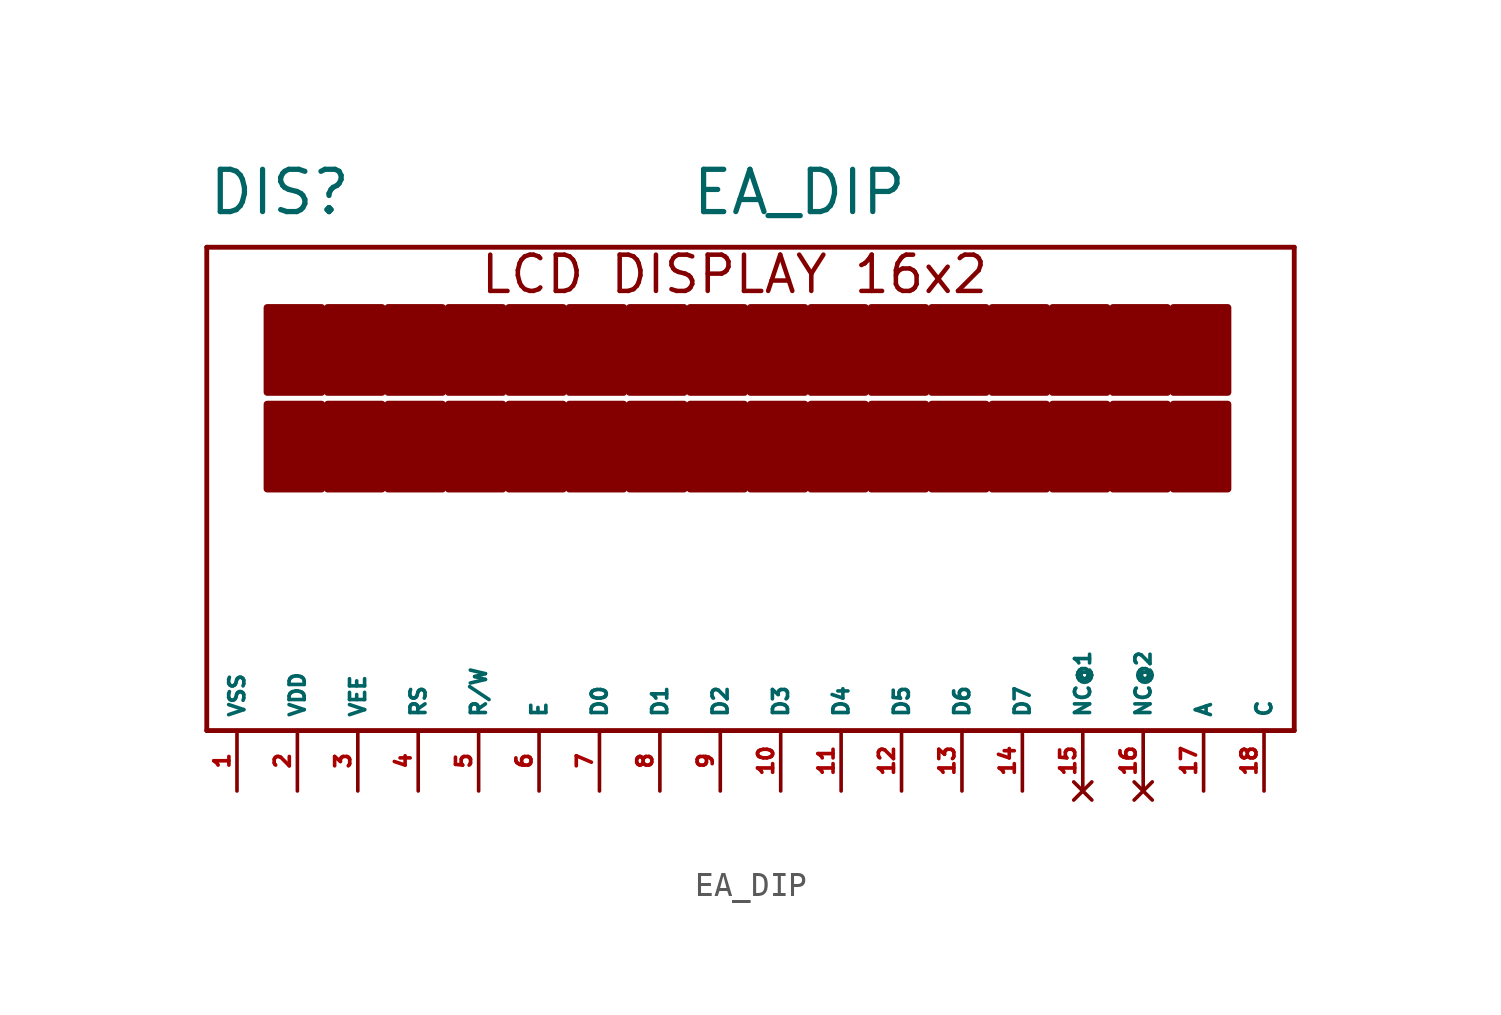
<source format=kicad_sym>
(kicad_symbol_lib
  (version 20220914)
  (generator Eagle2Kicad)
  (symbol "EA_DIP"
    (property "Reference" "DIS"
      (at -21.59 13.97 0)
      (effects (font (size 1.778 1.778) (thickness 0.22)) (justify left bottom)))
    (property "Value" "EA_DIP"
      (at -1.27 13.97 0)
      (effects (font (size 1.778 1.778) (thickness 0.22)) (justify left bottom)))
    (polyline
      (pts (xy -21.59 -7.62) (xy 24.13 -7.62))
      (stroke (width 0.203) (type default))
      (fill (type none)))
    (polyline
      (pts (xy 24.13 -7.62) (xy 24.13 12.7))
      (stroke (width 0.203) (type default))
      (fill (type none)))
    (polyline
      (pts (xy 24.13 12.7) (xy -21.59 12.7))
      (stroke (width 0.203) (type default))
      (fill (type none)))
    (polyline
      (pts (xy -21.59 12.7) (xy -21.59 -7.62))
      (stroke (width 0.203) (type default))
      (fill (type none)))
    (text "LCD DISPLAY 16x2"
      (at -10.16 10.668 0)
      (effects (font (size 1.524 1.524) (thickness 0.19)) (justify left bottom)))
    (rectangle
      (start -19.05 6.604)
      (end -16.764 10.16)
      (stroke (width 0.3) (type default))
      (fill (type outline)))
    (rectangle
      (start -19.05 2.54)
      (end -16.764 6.096)
      (stroke (width 0.3) (type default))
      (fill (type outline)))
    (rectangle
      (start -16.51 6.604)
      (end -14.224 10.16)
      (stroke (width 0.3) (type default))
      (fill (type outline)))
    (rectangle
      (start -16.51 2.54)
      (end -14.224 6.096)
      (stroke (width 0.3) (type default))
      (fill (type outline)))
    (rectangle
      (start -13.97 6.604)
      (end -11.684 10.16)
      (stroke (width 0.3) (type default))
      (fill (type outline)))
    (rectangle
      (start -13.97 2.54)
      (end -11.684 6.096)
      (stroke (width 0.3) (type default))
      (fill (type outline)))
    (rectangle
      (start -11.43 6.604)
      (end -9.144 10.16)
      (stroke (width 0.3) (type default))
      (fill (type outline)))
    (rectangle
      (start -11.43 2.54)
      (end -9.144 6.096)
      (stroke (width 0.3) (type default))
      (fill (type outline)))
    (rectangle
      (start -8.89 6.604)
      (end -6.604 10.16)
      (stroke (width 0.3) (type default))
      (fill (type outline)))
    (rectangle
      (start -8.89 2.54)
      (end -6.604 6.096)
      (stroke (width 0.3) (type default))
      (fill (type outline)))
    (rectangle
      (start -6.35 6.604)
      (end -4.064 10.16)
      (stroke (width 0.3) (type default))
      (fill (type outline)))
    (rectangle
      (start -6.35 2.54)
      (end -4.064 6.096)
      (stroke (width 0.3) (type default))
      (fill (type outline)))
    (rectangle
      (start -3.81 6.604)
      (end -1.524 10.16)
      (stroke (width 0.3) (type default))
      (fill (type outline)))
    (rectangle
      (start -3.81 2.54)
      (end -1.524 6.096)
      (stroke (width 0.3) (type default))
      (fill (type outline)))
    (rectangle
      (start -1.27 6.604)
      (end 1.016 10.16)
      (stroke (width 0.3) (type default))
      (fill (type outline)))
    (rectangle
      (start -1.27 2.54)
      (end 1.016 6.096)
      (stroke (width 0.3) (type default))
      (fill (type outline)))
    (rectangle
      (start 1.27 6.604)
      (end 3.556 10.16)
      (stroke (width 0.3) (type default))
      (fill (type outline)))
    (rectangle
      (start 1.27 2.54)
      (end 3.556 6.096)
      (stroke (width 0.3) (type default))
      (fill (type outline)))
    (rectangle
      (start 3.81 6.604)
      (end 6.096 10.16)
      (stroke (width 0.3) (type default))
      (fill (type outline)))
    (rectangle
      (start 3.81 2.54)
      (end 6.096 6.096)
      (stroke (width 0.3) (type default))
      (fill (type outline)))
    (rectangle
      (start 6.35 6.604)
      (end 8.636 10.16)
      (stroke (width 0.3) (type default))
      (fill (type outline)))
    (rectangle
      (start 6.35 2.54)
      (end 8.636 6.096)
      (stroke (width 0.3) (type default))
      (fill (type outline)))
    (rectangle
      (start 8.89 6.604)
      (end 11.176 10.16)
      (stroke (width 0.3) (type default))
      (fill (type outline)))
    (rectangle
      (start 8.89 2.54)
      (end 11.176 6.096)
      (stroke (width 0.3) (type default))
      (fill (type outline)))
    (rectangle
      (start 11.43 6.604)
      (end 13.716 10.16)
      (stroke (width 0.3) (type default))
      (fill (type outline)))
    (rectangle
      (start 11.43 2.54)
      (end 13.716 6.096)
      (stroke (width 0.3) (type default))
      (fill (type outline)))
    (rectangle
      (start 13.97 6.604)
      (end 16.256 10.16)
      (stroke (width 0.3) (type default))
      (fill (type outline)))
    (rectangle
      (start 13.97 2.54)
      (end 16.256 6.096)
      (stroke (width 0.3) (type default))
      (fill (type outline)))
    (rectangle
      (start 16.51 6.604)
      (end 18.796 10.16)
      (stroke (width 0.3) (type default))
      (fill (type outline)))
    (rectangle
      (start 16.51 2.54)
      (end 18.796 6.096)
      (stroke (width 0.3) (type default))
      (fill (type outline)))
    (rectangle
      (start 19.05 6.604)
      (end 21.336 10.16)
      (stroke (width 0.3) (type default))
      (fill (type outline)))
    (rectangle
      (start 19.05 2.54)
      (end 21.336 6.096)
      (stroke (width 0.3) (type default))
      (fill (type outline)))
    (pin unspecified line
      (at -20.32 -10.16 90)
      (length 2.54)
      (name "VSS" (effects (font (size 0.635 0.635) (thickness 0.08)) (justify left bottom)))
      (number "1" (effects (font (size 0.635 0.635) (thickness 0.08)) (justify left bottom))))
    (pin unspecified line
      (at -17.78 -10.16 90)
      (length 2.54)
      (name "VDD" (effects (font (size 0.635 0.635) (thickness 0.08)) (justify left bottom)))
      (number "2" (effects (font (size 0.635 0.635) (thickness 0.08)) (justify left bottom))))
    (pin input line
      (at -12.7 -10.16 90)
      (length 2.54)
      (name "RS" (effects (font (size 0.635 0.635) (thickness 0.08)) (justify left bottom)))
      (number "4" (effects (font (size 0.635 0.635) (thickness 0.08)) (justify left bottom))))
    (pin input line
      (at -10.16 -10.16 90)
      (length 2.54)
      (name "R/W" (effects (font (size 0.635 0.635) (thickness 0.08)) (justify left bottom)))
      (number "5" (effects (font (size 0.635 0.635) (thickness 0.08)) (justify left bottom))))
    (pin input line
      (at -7.62 -10.16 90)
      (length 2.54)
      (name "E" (effects (font (size 0.635 0.635) (thickness 0.08)) (justify left bottom)))
      (number "6" (effects (font (size 0.635 0.635) (thickness 0.08)) (justify left bottom))))
    (pin input line
      (at -5.08 -10.16 90)
      (length 2.54)
      (name "D0" (effects (font (size 0.635 0.635) (thickness 0.08)) (justify left bottom)))
      (number "7" (effects (font (size 0.635 0.635) (thickness 0.08)) (justify left bottom))))
    (pin input line
      (at -2.54 -10.16 90)
      (length 2.54)
      (name "D1" (effects (font (size 0.635 0.635) (thickness 0.08)) (justify left bottom)))
      (number "8" (effects (font (size 0.635 0.635) (thickness 0.08)) (justify left bottom))))
    (pin input line
      (at 0 -10.16 90)
      (length 2.54)
      (name "D2" (effects (font (size 0.635 0.635) (thickness 0.08)) (justify left bottom)))
      (number "9" (effects (font (size 0.635 0.635) (thickness 0.08)) (justify left bottom))))
    (pin input line
      (at 2.54 -10.16 90)
      (length 2.54)
      (name "D3" (effects (font (size 0.635 0.635) (thickness 0.08)) (justify left bottom)))
      (number "10" (effects (font (size 0.635 0.635) (thickness 0.08)) (justify left bottom))))
    (pin input line
      (at 5.08 -10.16 90)
      (length 2.54)
      (name "D4" (effects (font (size 0.635 0.635) (thickness 0.08)) (justify left bottom)))
      (number "11" (effects (font (size 0.635 0.635) (thickness 0.08)) (justify left bottom))))
    (pin input line
      (at 7.62 -10.16 90)
      (length 2.54)
      (name "D5" (effects (font (size 0.635 0.635) (thickness 0.08)) (justify left bottom)))
      (number "12" (effects (font (size 0.635 0.635) (thickness 0.08)) (justify left bottom))))
    (pin input line
      (at 10.16 -10.16 90)
      (length 2.54)
      (name "D6" (effects (font (size 0.635 0.635) (thickness 0.08)) (justify left bottom)))
      (number "13" (effects (font (size 0.635 0.635) (thickness 0.08)) (justify left bottom))))
    (pin input line
      (at 12.7 -10.16 90)
      (length 2.54)
      (name "D7" (effects (font (size 0.635 0.635) (thickness 0.08)) (justify left bottom)))
      (number "14" (effects (font (size 0.635 0.635) (thickness 0.08)) (justify left bottom))))
    (pin no_connect line
      (at 15.24 -10.16 90)
      (length 2.54)
      (name "NC@1" (effects (font (size 0.635 0.635) (thickness 0.08)) (justify left bottom) hide))
      (number "15" (effects (font (size 0.635 0.635) (thickness 0.08)) (justify left bottom) hide)))
    (pin no_connect line
      (at 17.78 -10.16 90)
      (length 2.54)
      (name "NC@2" (effects (font (size 0.635 0.635) (thickness 0.08)) (justify left bottom) hide))
      (number "16" (effects (font (size 0.635 0.635) (thickness 0.08)) (justify left bottom) hide)))
    (pin unspecified line
      (at -15.24 -10.16 90)
      (length 2.54)
      (name "VEE" (effects (font (size 0.635 0.635) (thickness 0.08)) (justify left bottom)))
      (number "3" (effects (font (size 0.635 0.635) (thickness 0.08)) (justify left bottom))))
    (pin passive line
      (at 20.32 -10.16 90)
      (length 2.54)
      (name "A" (effects (font (size 0.635 0.635) (thickness 0.08)) (justify left bottom)))
      (number "17" (effects (font (size 0.635 0.635) (thickness 0.08)) (justify left bottom))))
    (pin passive line
      (at 22.86 -10.16 90)
      (length 2.54)
      (name "C" (effects (font (size 0.635 0.635) (thickness 0.08)) (justify left bottom)))
      (number "18" (effects (font (size 0.635 0.635) (thickness 0.08)) (justify left bottom))))))
</source>
